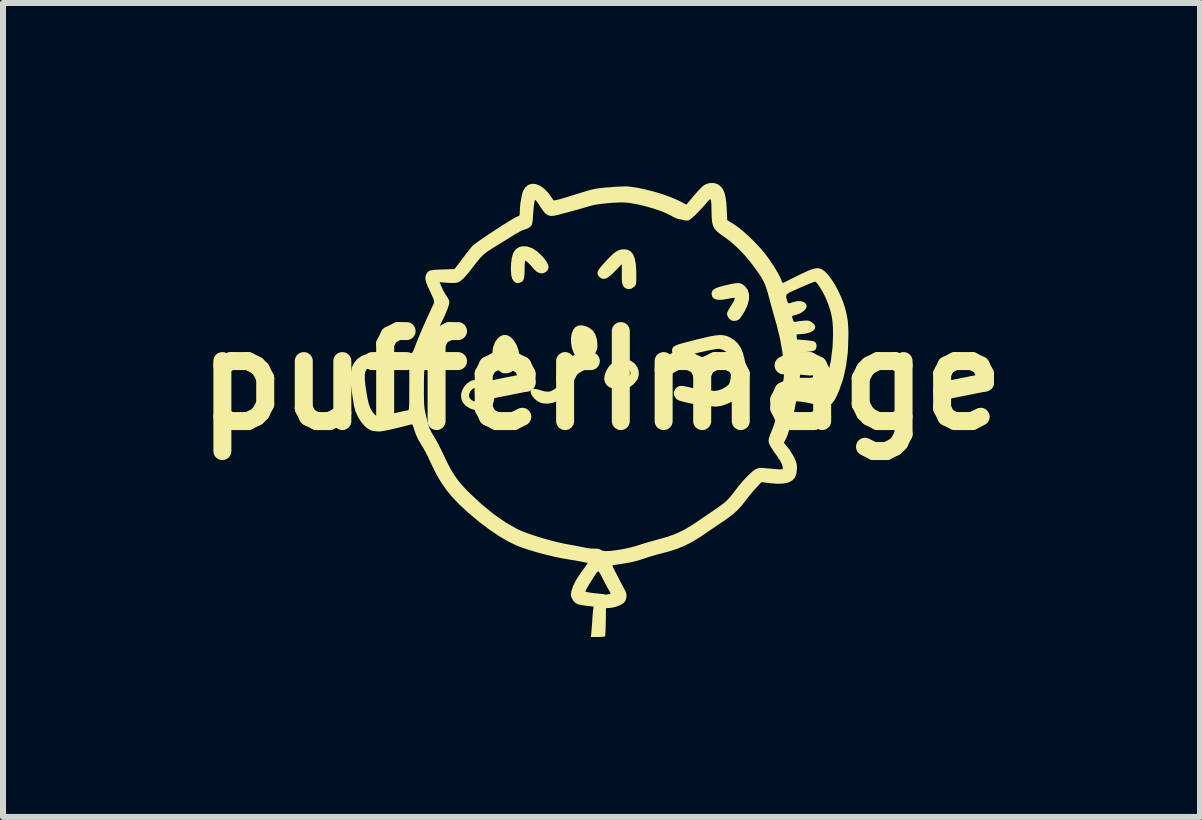
<source format=kicad_pcb>
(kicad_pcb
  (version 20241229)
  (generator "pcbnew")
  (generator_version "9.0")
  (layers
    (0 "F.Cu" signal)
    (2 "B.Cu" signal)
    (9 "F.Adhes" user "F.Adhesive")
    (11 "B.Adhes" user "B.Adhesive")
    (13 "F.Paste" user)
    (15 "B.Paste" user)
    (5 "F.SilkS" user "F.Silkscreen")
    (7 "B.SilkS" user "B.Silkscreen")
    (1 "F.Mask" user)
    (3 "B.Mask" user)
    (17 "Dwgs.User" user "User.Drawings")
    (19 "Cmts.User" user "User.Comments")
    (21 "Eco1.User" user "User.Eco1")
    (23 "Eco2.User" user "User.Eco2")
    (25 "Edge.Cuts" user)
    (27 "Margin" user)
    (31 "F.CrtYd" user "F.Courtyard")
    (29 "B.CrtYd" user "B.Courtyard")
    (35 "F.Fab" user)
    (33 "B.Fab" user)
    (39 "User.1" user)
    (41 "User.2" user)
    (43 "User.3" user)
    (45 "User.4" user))
  (footprint "pufferImage"
    (layer "F.Cu")
    (at 6.979 3.292)
    (property "Reference" "pufferImage" (at 0 0 0) (layer "F.SilkS") (effects (font (size 1.5 1.5) (thickness 0.3))))
    (attr board_only exclude_from_pos_files exclude_from_bom)
    (fp_poly (pts (xy -1.58 -0.755) (xy -1.524 -0.729) (xy -1.472 -0.679) (xy -1.425 -0.607) (xy -1.409 -0.575) (xy -1.382 -0.494) (xy -1.369 -0.409) (xy -1.372 -0.329) (xy -1.39 -0.261) (xy -1.402 -0.239) (xy -1.45 -0.18) (xy -1.509 -0.139) (xy -1.571 -0.118) (xy -1.634 -0.119) (xy -1.674 -0.134) (xy -1.721 -0.173) (xy -1.762 -0.235) (xy -1.795 -0.316) (xy -1.803 -0.342) (xy -1.82 -0.448) (xy -1.81 -0.546) (xy -1.776 -0.636) (xy -1.741 -0.688) (xy -1.691 -0.735) (xy -1.636 -0.758)) (stroke (width 0) (type solid)) (fill yes) (layer "F.SilkS"))
    (fp_poly (pts (xy -0.266 -0.905) (xy -0.207 -0.878) (xy -0.146 -0.83) (xy -0.103 -0.767) (xy -0.078 -0.687) (xy -0.07 -0.619) (xy -0.068 -0.567) (xy -0.073 -0.528) (xy -0.087 -0.489) (xy -0.109 -0.446) (xy -0.141 -0.394) (xy -0.173 -0.357) (xy -0.191 -0.343) (xy -0.25 -0.326) (xy -0.315 -0.329) (xy -0.373 -0.35) (xy -0.373 -0.35) (xy -0.424 -0.395) (xy -0.464 -0.459) (xy -0.492 -0.535) (xy -0.507 -0.617) (xy -0.51 -0.7) (xy -0.498 -0.778) (xy -0.472 -0.844) (xy -0.445 -0.88) (xy -0.396 -0.911) (xy -0.335 -0.919)) (stroke (width 0) (type solid)) (fill yes) (layer "F.SilkS"))
    (fp_poly (pts (xy -0.611 0.088) (xy -0.582 0.114) (xy -0.568 0.159) (xy -0.567 0.177) (xy -0.572 0.214) (xy -0.59 0.246) (xy -0.623 0.278) (xy -0.676 0.313) (xy -0.706 0.33) (xy -0.799 0.37) (xy -0.89 0.388) (xy -0.976 0.384) (xy -1.017 0.373) (xy -1.068 0.346) (xy -1.115 0.308) (xy -1.152 0.264) (xy -1.177 0.221) (xy -1.183 0.183) (xy -1.181 0.176) (xy -1.161 0.15) (xy -1.124 0.141) (xy -1.068 0.149) (xy -1.028 0.161) (xy -0.954 0.182) (xy -0.895 0.189) (xy -0.845 0.18) (xy -0.795 0.154) (xy -0.768 0.135) (xy -0.707 0.098) (xy -0.654 0.083)) (stroke (width 0) (type solid)) (fill yes) (layer "F.SilkS"))
    (fp_poly (pts (xy -1.244 -2.234) (xy -1.159 -2.206) (xy -1.074 -2.151) (xy -0.989 -2.071) (xy -0.967 -2.046) (xy -0.916 -1.979) (xy -0.888 -1.923) (xy -0.883 -1.876) (xy -0.901 -1.835) (xy -0.928 -1.808) (xy -0.977 -1.785) (xy -1.03 -1.787) (xy -1.083 -1.813) (xy -1.134 -1.862) (xy -1.139 -1.868) (xy -1.17 -1.906) (xy -1.205 -1.943) (xy -1.238 -1.974) (xy -1.263 -1.994) (xy -1.272 -1.997) (xy -1.276 -1.985) (xy -1.28 -1.951) (xy -1.282 -1.901) (xy -1.282 -1.856) (xy -1.284 -1.776) (xy -1.29 -1.717) (xy -1.302 -1.677) (xy -1.32 -1.651) (xy -1.345 -1.635) (xy -1.392 -1.621) (xy -1.432 -1.63) (xy -1.461 -1.652) (xy -1.488 -1.692) (xy -1.505 -1.755) (xy -1.511 -1.842) (xy -1.508 -1.949) (xy -1.495 -2.05) (xy -1.469 -2.129) (xy -1.43 -2.186) (xy -1.376 -2.221) (xy -1.327 -2.235)) (stroke (width 0) (type solid)) (fill yes) (layer "F.SilkS"))
    (fp_poly (pts (xy 0.437 -2.178) (xy 0.486 -2.15) (xy 0.525 -2.103) (xy 0.553 -2.035) (xy 0.571 -1.945) (xy 0.579 -1.83) (xy 0.58 -1.768) (xy 0.58 -1.697) (xy 0.579 -1.648) (xy 0.576 -1.615) (xy 0.569 -1.593) (xy 0.56 -1.577) (xy 0.546 -1.562) (xy 0.498 -1.529) (xy 0.446 -1.522) (xy 0.409 -1.532) (xy 0.375 -1.554) (xy 0.353 -1.591) (xy 0.341 -1.645) (xy 0.337 -1.72) (xy 0.338 -1.733) (xy 0.338 -1.792) (xy 0.338 -1.846) (xy 0.338 -1.886) (xy 0.338 -1.889) (xy 0.337 -1.937) (xy 0.238 -1.834) (xy 0.169 -1.766) (xy 0.113 -1.721) (xy 0.065 -1.696) (xy 0.024 -1.692) (xy -0.013 -1.706) (xy -0.04 -1.73) (xy -0.06 -1.757) (xy -0.068 -1.784) (xy -0.063 -1.815) (xy -0.042 -1.853) (xy -0.005 -1.901) (xy 0.051 -1.965) (xy 0.063 -1.978) (xy 0.133 -2.052) (xy 0.192 -2.108) (xy 0.242 -2.146) (xy 0.287 -2.171) (xy 0.331 -2.183) (xy 0.375 -2.186)) (stroke (width 0) (type solid)) (fill yes) (layer "F.SilkS"))
    (fp_poly (pts (xy 2.302 -1.62) (xy 2.334 -1.611) (xy 2.362 -1.593) (xy 2.388 -1.572) (xy 2.435 -1.512) (xy 2.459 -1.44) (xy 2.46 -1.357) (xy 2.438 -1.265) (xy 2.393 -1.165) (xy 2.359 -1.106) (xy 2.331 -1.065) (xy 2.306 -1.032) (xy 2.291 -1.015) (xy 2.25 -0.996) (xy 2.2 -0.991) (xy 2.16 -1.002) (xy 2.122 -1.035) (xy 2.097 -1.082) (xy 2.092 -1.115) (xy 2.099 -1.139) (xy 2.118 -1.178) (xy 2.145 -1.224) (xy 2.153 -1.236) (xy 2.181 -1.28) (xy 2.202 -1.315) (xy 2.213 -1.335) (xy 2.213 -1.338) (xy 2.218 -1.358) (xy 2.221 -1.367) (xy 2.22 -1.375) (xy 2.207 -1.378) (xy 2.177 -1.374) (xy 2.127 -1.364) (xy 2.109 -1.36) (xy 2.013 -1.344) (xy 1.937 -1.343) (xy 1.883 -1.358) (xy 1.85 -1.388) (xy 1.836 -1.434) (xy 1.835 -1.446) (xy 1.841 -1.48) (xy 1.86 -1.508) (xy 1.896 -1.533) (xy 1.952 -1.555) (xy 2.031 -1.577) (xy 2.053 -1.582) (xy 2.143 -1.603) (xy 2.211 -1.616) (xy 2.263 -1.622)) (stroke (width 0) (type solid)) (fill yes) (layer "F.SilkS"))
    (fp_poly (pts (xy -2.086 -0.004) (xy -2.04 0.001) (xy -1.953 0.017) (xy -1.887 0.045) (xy -1.839 0.085) (xy -1.805 0.141) (xy -1.794 0.171) (xy -1.785 0.229) (xy -1.787 0.297) (xy -1.8 0.362) (xy -1.818 0.406) (xy -1.858 0.45) (xy -1.918 0.482) (xy -1.989 0.499) (xy -2.067 0.5) (xy -2.146 0.485) (xy -2.194 0.467) (xy -2.263 0.425) (xy -2.311 0.37) (xy -2.337 0.309) (xy -2.343 0.244) (xy -2.341 0.234) (xy -2.208 0.234) (xy -2.208 0.277) (xy -2.186 0.313) (xy -2.145 0.341) (xy -2.094 0.36) (xy -2.038 0.366) (xy -1.986 0.36) (xy -1.945 0.339) (xy -1.942 0.336) (xy -1.924 0.311) (xy -1.918 0.281) (xy -1.92 0.247) (xy -1.927 0.207) (xy -1.936 0.179) (xy -1.94 0.173) (xy -1.96 0.164) (xy -1.997 0.152) (xy -2.039 0.142) (xy -2.088 0.134) (xy -2.118 0.132) (xy -2.139 0.137) (xy -2.155 0.147) (xy -2.19 0.185) (xy -2.208 0.234) (xy -2.341 0.234) (xy -2.328 0.175) (xy -2.293 0.109) (xy -2.243 0.052) (xy -2.188 0.014) (xy -2.157 0.001) (xy -2.126 -0.005)) (stroke (width 0) (type solid)) (fill yes) (layer "F.SilkS"))
    (fp_poly (pts (xy 0.411 -0.346) (xy 0.462 -0.335) (xy 0.495 -0.323) (xy 0.555 -0.28) (xy 0.596 -0.223) (xy 0.619 -0.156) (xy 0.621 -0.087) (xy 0.6 -0.019) (xy 0.589 -0.000081) (xy 0.531 0.067) (xy 0.46 0.118) (xy 0.382 0.151) (xy 0.31 0.16) (xy 0.269 0.156) (xy 0.218 0.146) (xy 0.196 0.14) (xy 0.135 0.116) (xy 0.093 0.085) (xy 0.061 0.042) (xy 0.058 0.035) (xy 0.045 -0.017) (xy 0.046 -0.032) (xy 0.18 -0.032) (xy 0.196 -0.007) (xy 0.23 0.009) (xy 0.28 0.023) (xy 0.32 0.024) (xy 0.363 0.011) (xy 0.372 0.007) (xy 0.429 -0.026) (xy 0.466 -0.065) (xy 0.483 -0.108) (xy 0.479 -0.148) (xy 0.454 -0.182) (xy 0.409 -0.205) (xy 0.374 -0.212) (xy 0.308 -0.213) (xy 0.259 -0.195) (xy 0.222 -0.156) (xy 0.203 -0.123) (xy 0.182 -0.069) (xy 0.18 -0.032) (xy 0.046 -0.032) (xy 0.051 -0.079) (xy 0.072 -0.144) (xy 0.106 -0.207) (xy 0.149 -0.26) (xy 0.199 -0.299) (xy 0.227 -0.311) (xy 0.262 -0.324) (xy 0.287 -0.337) (xy 0.289 -0.339) (xy 0.316 -0.349) (xy 0.359 -0.351)) (stroke (width 0) (type solid)) (fill yes) (layer "F.SilkS"))
    (fp_poly (pts (xy 2.011 -0.755) (xy 2.057 -0.748) (xy 2.1 -0.735) (xy 2.127 -0.724) (xy 2.204 -0.678) (xy 2.268 -0.62) (xy 2.319 -0.547) (xy 2.358 -0.456) (xy 2.386 -0.345) (xy 2.405 -0.212) (xy 2.41 -0.155) (xy 2.411 -0.026) (xy 2.396 0.084) (xy 2.361 0.178) (xy 2.306 0.256) (xy 2.23 0.321) (xy 2.141 0.372) (xy 2.058 0.406) (xy 1.981 0.429) (xy 1.916 0.437) (xy 1.896 0.437) (xy 1.767 0.424) (xy 1.66 0.411) (xy 1.569 0.399) (xy 1.489 0.385) (xy 1.416 0.369) (xy 1.414 0.369) (xy 1.347 0.352) (xy 1.301 0.338) (xy 1.27 0.325) (xy 1.248 0.308) (xy 1.235 0.295) (xy 1.207 0.244) (xy 1.205 0.193) (xy 1.231 0.143) (xy 1.235 0.138) (xy 1.267 0.108) (xy 1.304 0.093) (xy 1.352 0.092) (xy 1.416 0.104) (xy 1.439 0.109) (xy 1.5 0.123) (xy 1.576 0.137) (xy 1.66 0.15) (xy 1.744 0.162) (xy 1.819 0.17) (xy 1.88 0.175) (xy 1.896 0.175) (xy 1.95 0.166) (xy 2.011 0.143) (xy 2.069 0.111) (xy 2.114 0.075) (xy 2.124 0.063) (xy 2.142 0.023) (xy 2.153 -0.036) (xy 2.158 -0.109) (xy 2.157 -0.19) (xy 2.151 -0.271) (xy 2.139 -0.346) (xy 2.121 -0.409) (xy 2.11 -0.436) (xy 2.073 -0.481) (xy 2.019 -0.512) (xy 1.958 -0.526) (xy 1.95 -0.526) (xy 1.916 -0.523) (xy 1.862 -0.514) (xy 1.792 -0.501) (xy 1.714 -0.484) (xy 1.632 -0.466) (xy 1.552 -0.446) (xy 1.48 -0.427) (xy 1.471 -0.425) (xy 1.413 -0.411) (xy 1.348 -0.4) (xy 1.314 -0.396) (xy 1.266 -0.392) (xy 1.236 -0.395) (xy 1.216 -0.405) (xy 1.203 -0.417) (xy 1.181 -0.454) (xy 1.175 -0.499) (xy 1.185 -0.54) (xy 1.198 -0.557) (xy 1.212 -0.569) (xy 1.231 -0.579) (xy 1.256 -0.59) (xy 1.292 -0.603) (xy 1.342 -0.617) (xy 1.408 -0.635) (xy 1.495 -0.658) (xy 1.592 -0.683) (xy 1.713 -0.712) (xy 1.811 -0.734) (xy 1.891 -0.748) (xy 1.956 -0.755)) (stroke (width 0) (type solid)) (fill yes) (layer "F.SilkS"))
    (fp_poly (pts (xy 1.926 -3.276) (xy 1.949 -3.263) (xy 1.992 -3.228) (xy 2.026 -3.183) (xy 2.051 -3.125) (xy 2.069 -3.05) (xy 2.081 -2.955) (xy 2.088 -2.851) (xy 2.096 -2.672) (xy 2.219 -2.595) (xy 2.289 -2.546) (xy 2.37 -2.479) (xy 2.457 -2.401) (xy 2.545 -2.315) (xy 2.628 -2.227) (xy 2.703 -2.142) (xy 2.742 -2.092) (xy 2.8 -2.013) (xy 2.855 -1.93) (xy 2.906 -1.849) (xy 2.949 -1.776) (xy 2.98 -1.715) (xy 2.993 -1.684) (xy 3.007 -1.648) (xy 3.019 -1.627) (xy 3.023 -1.623) (xy 3.037 -1.63) (xy 3.071 -1.647) (xy 3.122 -1.672) (xy 3.185 -1.704) (xy 3.257 -1.739) (xy 3.266 -1.744) (xy 3.364 -1.791) (xy 3.442 -1.827) (xy 3.504 -1.851) (xy 3.553 -1.865) (xy 3.592 -1.871) (xy 3.627 -1.868) (xy 3.66 -1.857) (xy 3.676 -1.85) (xy 3.724 -1.816) (xy 3.778 -1.76) (xy 3.833 -1.686) (xy 3.889 -1.599) (xy 3.942 -1.502) (xy 3.991 -1.399) (xy 4.032 -1.295) (xy 4.055 -1.224) (xy 4.078 -1.139) (xy 4.094 -1.063) (xy 4.106 -0.988) (xy 4.112 -0.906) (xy 4.116 -0.811) (xy 4.116 -0.726) (xy 4.107 -0.476) (xy 4.078 -0.245) (xy 4.031 -0.032) (xy 3.963 0.165) (xy 3.961 0.169) (xy 3.919 0.266) (xy 3.879 0.338) (xy 3.838 0.388) (xy 3.793 0.418) (xy 3.738 0.431) (xy 3.671 0.427) (xy 3.588 0.41) (xy 3.546 0.399) (xy 3.478 0.382) (xy 3.408 0.368) (xy 3.346 0.358) (xy 3.336 0.357) (xy 3.245 0.348) (xy 3.221 0.472) (xy 3.204 0.553) (xy 3.182 0.642) (xy 3.157 0.732) (xy 3.132 0.817) (xy 3.107 0.893) (xy 3.085 0.952) (xy 3.07 0.982) (xy 3.039 1.039) (xy 3.099 1.11) (xy 3.136 1.159) (xy 3.175 1.22) (xy 3.209 1.279) (xy 3.21 1.281) (xy 3.236 1.338) (xy 3.251 1.383) (xy 3.258 1.426) (xy 3.259 1.47) (xy 3.25 1.553) (xy 3.225 1.619) (xy 3.181 1.668) (xy 3.118 1.702) (xy 3.036 1.72) (xy 2.931 1.724) (xy 2.811 1.714) (xy 2.667 1.696) (xy 2.58 1.789) (xy 2.529 1.847) (xy 2.473 1.913) (xy 2.424 1.975) (xy 2.418 1.984) (xy 2.347 2.075) (xy 2.279 2.151) (xy 2.208 2.218) (xy 2.126 2.282) (xy 2.038 2.344) (xy 1.964 2.394) (xy 1.883 2.449) (xy 1.806 2.501) (xy 1.741 2.546) (xy 1.736 2.55) (xy 1.609 2.634) (xy 1.493 2.703) (xy 1.381 2.759) (xy 1.266 2.806) (xy 1.139 2.848) (xy 1.008 2.883) (xy 0.929 2.903) (xy 0.849 2.926) (xy 0.776 2.948) (xy 0.72 2.967) (xy 0.716 2.968) (xy 0.604 3.005) (xy 0.488 3.033) (xy 0.357 3.056) (xy 0.3 3.065) (xy 0.246 3.072) (xy 0.205 3.08) (xy 0.182 3.087) (xy 0.179 3.089) (xy 0.204 3.141) (xy 0.238 3.207) (xy 0.275 3.278) (xy 0.311 3.349) (xy 0.344 3.411) (xy 0.369 3.458) (xy 0.373 3.465) (xy 0.399 3.514) (xy 0.413 3.55) (xy 0.417 3.583) (xy 0.415 3.614) (xy 0.403 3.664) (xy 0.379 3.701) (xy 0.366 3.714) (xy 0.318 3.745) (xy 0.252 3.771) (xy 0.179 3.789) (xy 0.128 3.795) (xy 0.074 3.797) (xy 0.071 4.026) (xy 0.069 4.102) (xy 0.067 4.169) (xy 0.064 4.222) (xy 0.062 4.256) (xy 0.06 4.266) (xy 0.044 4.272) (xy 0.008 4.276) (xy -0.042 4.278) (xy -0.063 4.278) (xy -0.177 4.278) (xy -0.17 4.207) (xy -0.166 4.16) (xy -0.161 4.097) (xy -0.156 4.031) (xy -0.155 4.015) (xy -0.151 3.952) (xy -0.146 3.89) (xy -0.142 3.842) (xy -0.14 3.832) (xy -0.133 3.771) (xy -0.263 3.757) (xy -0.341 3.746) (xy -0.398 3.731) (xy -0.438 3.708) (xy -0.469 3.676) (xy -0.492 3.637) (xy -0.506 3.603) (xy -0.511 3.572) (xy -0.506 3.532) (xy -0.503 3.519) (xy -0.27 3.519) (xy -0.257 3.525) (xy -0.223 3.533) (xy -0.172 3.541) (xy -0.11 3.548) (xy -0.105 3.549) (xy -0.041 3.556) (xy 0.013 3.562) (xy 0.05 3.567) (xy 0.067 3.571) (xy 0.067 3.571) (xy 0.083 3.573) (xy 0.091 3.57) (xy 0.121 3.564) (xy 0.136 3.563) (xy 0.149 3.561) (xy 0.15 3.551) (xy 0.14 3.527) (xy 0.12 3.493) (xy 0.094 3.447) (xy 0.062 3.388) (xy 0.031 3.327) (xy 0.024 3.314) (xy -0.007 3.252) (xy -0.03 3.211) (xy -0.046 3.189) (xy -0.06 3.185) (xy -0.074 3.197) (xy -0.092 3.221) (xy -0.097 3.229) (xy -0.131 3.28) (xy -0.166 3.336) (xy -0.201 3.393) (xy -0.231 3.444) (xy -0.255 3.486) (xy -0.268 3.513) (xy -0.27 3.519) (xy -0.503 3.519) (xy -0.502 3.512) (xy -0.475 3.43) (xy -0.427 3.334) (xy -0.358 3.226) (xy -0.308 3.157) (xy -0.274 3.111) (xy -0.248 3.074) (xy -0.233 3.051) (xy -0.231 3.044) (xy -0.246 3.04) (xy -0.281 3.033) (xy -0.33 3.023) (xy -0.387 3.012) (xy -0.444 3.002) (xy -0.496 2.994) (xy -0.526 2.989) (xy -0.647 2.969) (xy -0.783 2.941) (xy -0.925 2.907) (xy -1.069 2.869) (xy -1.205 2.828) (xy -1.328 2.787) (xy -1.426 2.749) (xy -1.563 2.682) (xy -1.711 2.595) (xy -1.868 2.489) (xy -2.031 2.366) (xy -2.197 2.228) (xy -2.24 2.19) (xy -2.374 2.066) (xy -2.487 1.947) (xy -2.586 1.828) (xy -2.673 1.702) (xy -2.754 1.564) (xy -2.832 1.407) (xy -2.861 1.345) (xy -2.894 1.275) (xy -2.928 1.206) (xy -2.961 1.146) (xy -2.985 1.105) (xy -3.046 1.004) (xy -3.09 0.914) (xy -3.122 0.826) (xy -3.126 0.81) (xy -3.14 0.765) (xy -3.151 0.741) (xy -3.164 0.733) (xy -3.177 0.735) (xy -3.269 0.76) (xy -3.363 0.783) (xy -3.455 0.805) (xy -3.54 0.824) (xy -3.613 0.839) (xy -3.67 0.849) (xy -3.706 0.852) (xy -3.706 0.852) (xy -3.761 0.849) (xy -3.816 0.841) (xy -3.833 0.837) (xy -3.893 0.808) (xy -3.954 0.757) (xy -4.01 0.69) (xy -4.06 0.609) (xy -4.1 0.521) (xy -4.126 0.43) (xy -4.131 0.403) (xy -4.14 0.34) (xy -4.152 0.264) (xy -4.164 0.193) (xy -4.165 0.187) (xy -4.178 0.075) (xy -4.183 -0.032) (xy -4.18 -0.093) (xy -3.946 -0.093) (xy -3.946 -0.014) (xy -3.936 0.089) (xy -3.927 0.148) (xy -3.91 0.254) (xy -3.894 0.337) (xy -3.877 0.402) (xy -3.859 0.453) (xy -3.839 0.494) (xy -3.815 0.529) (xy -3.793 0.557) (xy -3.773 0.577) (xy -3.75 0.591) (xy -3.722 0.596) (xy -3.683 0.595) (xy -3.631 0.587) (xy -3.562 0.573) (xy -3.471 0.552) (xy -3.443 0.545) (xy -3.373 0.529) (xy -3.311 0.515) (xy -3.263 0.505) (xy -3.233 0.5) (xy -3.227 0.499) (xy -3.221 0.497) (xy -3.216 0.489) (xy -3.212 0.471) (xy -3.209 0.441) (xy -3.207 0.397) (xy -3.206 0.334) (xy -3.206 0.25) (xy -3.205 0.142) (xy -3.205 0.136) (xy -3.205 0.135) (xy -2.961 0.135) (xy -2.961 0.236) (xy -2.96 0.315) (xy -2.958 0.377) (xy -2.955 0.428) (xy -2.95 0.473) (xy -2.942 0.518) (xy -2.931 0.567) (xy -2.924 0.597) (xy -2.903 0.684) (xy -2.884 0.75) (xy -2.865 0.805) (xy -2.842 0.854) (xy -2.813 0.904) (xy -2.785 0.949) (xy -2.759 0.993) (xy -2.725 1.055) (xy -2.688 1.129) (xy -2.649 1.207) (xy -2.628 1.252) (xy -2.568 1.378) (xy -2.512 1.484) (xy -2.456 1.576) (xy -2.397 1.66) (xy -2.331 1.741) (xy -2.253 1.825) (xy -2.195 1.883) (xy -1.993 2.071) (xy -1.794 2.233) (xy -1.598 2.369) (xy -1.405 2.479) (xy -1.405 2.479) (xy -1.329 2.513) (xy -1.232 2.55) (xy -1.12 2.588) (xy -0.999 2.626) (xy -0.873 2.662) (xy -0.75 2.694) (xy -0.634 2.72) (xy -0.567 2.733) (xy -0.488 2.747) (xy -0.412 2.761) (xy -0.346 2.774) (xy -0.297 2.784) (xy -0.283 2.788) (xy -0.225 2.798) (xy -0.16 2.804) (xy -0.128 2.804) (xy -0.067 2.806) (xy -0.026 2.817) (xy -0.013 2.825) (xy 0.013 2.838) (xy 0.048 2.845) (xy 0.096 2.846) (xy 0.161 2.842) (xy 0.246 2.831) (xy 0.31 2.821) (xy 0.395 2.806) (xy 0.485 2.785) (xy 0.569 2.763) (xy 0.614 2.749) (xy 0.677 2.728) (xy 0.757 2.704) (xy 0.845 2.679) (xy 0.934 2.654) (xy 0.965 2.646) (xy 1.111 2.604) (xy 1.241 2.556) (xy 1.364 2.498) (xy 1.489 2.426) (xy 1.586 2.362) (xy 1.65 2.318) (xy 1.727 2.265) (xy 1.808 2.21) (xy 1.883 2.159) (xy 1.889 2.155) (xy 1.97 2.099) (xy 2.034 2.051) (xy 2.086 2.006) (xy 2.132 1.959) (xy 2.178 1.903) (xy 2.23 1.834) (xy 2.234 1.829) (xy 2.288 1.759) (xy 2.348 1.688) (xy 2.41 1.62) (xy 2.47 1.561) (xy 2.523 1.514) (xy 2.565 1.484) (xy 2.57 1.482) (xy 2.605 1.467) (xy 2.64 1.46) (xy 2.685 1.46) (xy 2.719 1.463) (xy 2.817 1.471) (xy 2.891 1.478) (xy 2.945 1.482) (xy 2.982 1.484) (xy 3.005 1.483) (xy 3.017 1.48) (xy 3.022 1.475) (xy 3.023 1.467) (xy 3.023 1.461) (xy 3.013 1.411) (xy 2.982 1.346) (xy 2.931 1.269) (xy 2.926 1.261) (xy 2.888 1.208) (xy 2.849 1.15) (xy 2.822 1.108) (xy 2.8 1.068) (xy 2.788 1.034) (xy 2.785 1) (xy 2.793 0.958) (xy 2.812 0.904) (xy 2.839 0.837) (xy 2.871 0.753) (xy 2.9 0.664) (xy 2.927 0.566) (xy 2.953 0.454) (xy 2.978 0.323) (xy 3.003 0.182) (xy 3.019 0.087) (xy 3.03 0.012) (xy 3.038 -0.047) (xy 3.042 -0.096) (xy 3.044 -0.141) (xy 3.043 -0.187) (xy 3.04 -0.241) (xy 3.037 -0.277) (xy 3.014 -0.482) (xy 2.975 -0.699) (xy 2.921 -0.922) (xy 2.9 -0.994) (xy 2.875 -1.082) (xy 2.847 -1.183) (xy 2.818 -1.286) (xy 2.794 -1.377) (xy 2.793 -1.379) (xy 2.791 -1.386) (xy 3.079 -1.386) (xy 3.09 -1.343) (xy 3.093 -1.334) (xy 3.103 -1.302) (xy 3.115 -1.287) (xy 3.135 -1.286) (xy 3.171 -1.297) (xy 3.185 -1.302) (xy 3.261 -1.321) (xy 3.327 -1.321) (xy 3.379 -1.302) (xy 3.396 -1.289) (xy 3.419 -1.255) (xy 3.419 -1.22) (xy 3.396 -1.182) (xy 3.367 -1.153) (xy 3.306 -1.114) (xy 3.245 -1.094) (xy 3.201 -1.083) (xy 3.18 -1.071) (xy 3.177 -1.058) (xy 3.177 -1.057) (xy 3.187 -1.028) (xy 3.194 -1.003) (xy 3.205 -0.979) (xy 3.226 -0.975) (xy 3.238 -0.977) (xy 3.269 -0.983) (xy 3.317 -0.989) (xy 3.364 -0.994) (xy 3.415 -0.998) (xy 3.449 -0.996) (xy 3.477 -0.986) (xy 3.508 -0.967) (xy 3.509 -0.967) (xy 3.549 -0.93) (xy 3.564 -0.894) (xy 3.555 -0.858) (xy 3.525 -0.826) (xy 3.475 -0.799) (xy 3.406 -0.781) (xy 3.353 -0.774) (xy 3.251 -0.765) (xy 3.255 -0.723) (xy 3.259 -0.682) (xy 3.388 -0.672) (xy 3.447 -0.666) (xy 3.499 -0.659) (xy 3.536 -0.652) (xy 3.546 -0.649) (xy 3.575 -0.623) (xy 3.587 -0.583) (xy 3.58 -0.539) (xy 3.575 -0.527) (xy 3.565 -0.512) (xy 3.552 -0.501) (xy 3.53 -0.492) (xy 3.496 -0.484) (xy 3.445 -0.477) (xy 3.373 -0.467) (xy 3.357 -0.465) (xy 3.318 -0.459) (xy 3.3 -0.45) (xy 3.294 -0.432) (xy 3.293 -0.421) (xy 3.296 -0.371) (xy 3.308 -0.341) (xy 3.333 -0.328) (xy 3.378 -0.324) (xy 3.388 -0.324) (xy 3.438 -0.322) (xy 3.481 -0.316) (xy 3.501 -0.311) (xy 3.551 -0.281) (xy 3.582 -0.238) (xy 3.591 -0.19) (xy 3.577 -0.142) (xy 3.555 -0.112) (xy 3.536 -0.095) (xy 3.517 -0.085) (xy 3.491 -0.082) (xy 3.45 -0.083) (xy 3.415 -0.086) (xy 3.31 -0.095) (xy 3.302 0.001) (xy 3.298 0.049) (xy 3.297 0.087) (xy 3.299 0.107) (xy 3.299 0.107) (xy 3.315 0.113) (xy 3.35 0.12) (xy 3.398 0.126) (xy 3.404 0.126) (xy 3.465 0.133) (xy 3.527 0.144) (xy 3.57 0.154) (xy 3.612 0.164) (xy 3.646 0.17) (xy 3.657 0.17) (xy 3.673 0.158) (xy 3.692 0.127) (xy 3.707 0.094) (xy 3.776 -0.113) (xy 3.825 -0.334) (xy 3.853 -0.567) (xy 3.86 -0.763) (xy 3.858 -0.88) (xy 3.851 -0.979) (xy 3.838 -1.068) (xy 3.817 -1.156) (xy 3.787 -1.251) (xy 3.772 -1.293) (xy 3.748 -1.352) (xy 3.718 -1.416) (xy 3.684 -1.48) (xy 3.649 -1.54) (xy 3.616 -1.59) (xy 3.587 -1.627) (xy 3.566 -1.645) (xy 3.562 -1.647) (xy 3.543 -1.641) (xy 3.505 -1.627) (xy 3.451 -1.605) (xy 3.385 -1.577) (xy 3.312 -1.546) (xy 3.236 -1.512) (xy 3.182 -1.488) (xy 3.127 -1.462) (xy 3.094 -1.44) (xy 3.079 -1.417) (xy 3.079 -1.386) (xy 2.791 -1.386) (xy 2.768 -1.473) (xy 2.745 -1.546) (xy 2.722 -1.607) (xy 2.696 -1.662) (xy 2.665 -1.717) (xy 2.624 -1.78) (xy 2.618 -1.789) (xy 2.507 -1.941) (xy 2.39 -2.083) (xy 2.268 -2.21) (xy 2.147 -2.318) (xy 2.052 -2.388) (xy 1.978 -2.44) (xy 1.923 -2.485) (xy 1.885 -2.53) (xy 1.859 -2.579) (xy 1.844 -2.639) (xy 1.837 -2.714) (xy 1.834 -2.81) (xy 1.834 -2.814) (xy 1.833 -2.88) (xy 1.831 -2.938) (xy 1.827 -2.983) (xy 1.824 -3.005) (xy 1.818 -3.018) (xy 1.808 -3.019) (xy 1.791 -3.005) (xy 1.762 -2.973) (xy 1.75 -2.958) (xy 1.682 -2.881) (xy 1.617 -2.812) (xy 1.558 -2.752) (xy 1.507 -2.707) (xy 1.468 -2.677) (xy 1.446 -2.666) (xy 1.404 -2.665) (xy 1.371 -2.672) (xy 1.331 -2.682) (xy 1.299 -2.686) (xy 1.272 -2.692) (xy 1.229 -2.71) (xy 1.179 -2.735) (xy 1.162 -2.745) (xy 1.079 -2.786) (xy 0.976 -2.828) (xy 0.859 -2.867) (xy 0.734 -2.903) (xy 0.608 -2.933) (xy 0.488 -2.955) (xy 0.432 -2.962) (xy 0.366 -2.966) (xy 0.282 -2.966) (xy 0.186 -2.961) (xy 0.087 -2.953) (xy -0.01 -2.942) (xy -0.096 -2.93) (xy -0.165 -2.915) (xy -0.183 -2.91) (xy -0.247 -2.891) (xy -0.33 -2.867) (xy -0.426 -2.84) (xy -0.528 -2.812) (xy -0.631 -2.785) (xy -0.726 -2.759) (xy -0.729 -2.759) (xy -0.794 -2.744) (xy -0.847 -2.742) (xy -0.891 -2.752) (xy -0.931 -2.779) (xy -0.972 -2.825) (xy -1.018 -2.891) (xy -1.04 -2.925) (xy -1.067 -2.966) (xy -1.09 -2.996) (xy -1.104 -3.009) (xy -1.105 -3.01) (xy -1.113 -2.999) (xy -1.12 -2.967) (xy -1.128 -2.911) (xy -1.135 -2.83) (xy -1.143 -2.733) (xy -1.147 -2.67) (xy -1.153 -2.628) (xy -1.161 -2.599) (xy -1.173 -2.579) (xy -1.188 -2.562) (xy -1.228 -2.534) (xy -1.276 -2.517) (xy -1.277 -2.516) (xy -1.31 -2.505) (xy -1.359 -2.483) (xy -1.415 -2.452) (xy -1.451 -2.43) (xy -1.509 -2.394) (xy -1.582 -2.348) (xy -1.661 -2.3) (xy -1.736 -2.254) (xy -1.747 -2.247) (xy -1.828 -2.197) (xy -1.892 -2.155) (xy -1.943 -2.117) (xy -1.987 -2.079) (xy -2.029 -2.034) (xy -2.074 -1.98) (xy -2.128 -1.91) (xy -2.133 -1.903) (xy -2.203 -1.813) (xy -2.262 -1.743) (xy -2.311 -1.691) (xy -2.353 -1.656) (xy -2.389 -1.635) (xy -2.395 -1.633) (xy -2.438 -1.625) (xy -2.505 -1.624) (xy -2.567 -1.627) (xy -2.699 -1.637) (xy -2.678 -1.584) (xy -2.642 -1.504) (xy -2.601 -1.432) (xy -2.569 -1.386) (xy -2.544 -1.339) (xy -2.537 -1.303) (xy -2.544 -1.263) (xy -2.563 -1.204) (xy -2.593 -1.128) (xy -2.633 -1.039) (xy -2.676 -0.951) (xy -2.712 -0.875) (xy -2.751 -0.786) (xy -2.792 -0.687) (xy -2.832 -0.587) (xy -2.869 -0.49) (xy -2.9 -0.402) (xy -2.923 -0.329) (xy -2.932 -0.292) (xy -2.942 -0.247) (xy -2.949 -0.203) (xy -2.955 -0.156) (xy -2.958 -0.1) (xy -2.96 -0.031) (xy -2.961 0.057) (xy -2.961 0.135) (xy -3.205 0.135) (xy -3.205 -0.227) (xy -3.39 -0.236) (xy -3.517 -0.24) (xy -3.631 -0.239) (xy -3.731 -0.233) (xy -3.814 -0.221) (xy -3.876 -0.206) (xy -3.915 -0.186) (xy -3.918 -0.183) (xy -3.937 -0.149) (xy -3.946 -0.093) (xy -4.18 -0.093) (xy -4.178 -0.128) (xy -4.165 -0.207) (xy -4.163 -0.215) (xy -4.127 -0.29) (xy -4.072 -0.356) (xy -4.002 -0.405) (xy -3.96 -0.423) (xy -3.868 -0.447) (xy -3.756 -0.461) (xy -3.628 -0.466) (xy -3.489 -0.462) (xy -3.435 -0.459) (xy -3.362 -0.453) (xy -3.295 -0.449) (xy -3.24 -0.447) (xy -3.204 -0.447) (xy -3.199 -0.447) (xy -3.17 -0.453) (xy -3.152 -0.466) (xy -3.137 -0.495) (xy -3.127 -0.52) (xy -3.099 -0.593) (xy -3.063 -0.684) (xy -3.021 -0.785) (xy -2.977 -0.888) (xy -2.933 -0.987) (xy -2.893 -1.075) (xy -2.878 -1.107) (xy -2.849 -1.168) (xy -2.824 -1.224) (xy -2.804 -1.266) (xy -2.793 -1.291) (xy -2.793 -1.292) (xy -2.79 -1.311) (xy -2.796 -1.339) (xy -2.811 -1.38) (xy -2.838 -1.438) (xy -2.854 -1.473) (xy -2.894 -1.558) (xy -2.92 -1.624) (xy -2.934 -1.675) (xy -2.937 -1.716) (xy -2.931 -1.749) (xy -2.924 -1.764) (xy -2.908 -1.793) (xy -2.891 -1.813) (xy -2.868 -1.827) (xy -2.834 -1.837) (xy -2.786 -1.843) (xy -2.719 -1.847) (xy -2.654 -1.849) (xy -2.451 -1.856) (xy -2.319 -2.03) (xy -2.272 -2.092) (xy -2.227 -2.15) (xy -2.188 -2.198) (xy -2.16 -2.233) (xy -2.15 -2.244) (xy -2.126 -2.264) (xy -2.083 -2.296) (xy -2.026 -2.337) (xy -1.956 -2.385) (xy -1.879 -2.437) (xy -1.797 -2.491) (xy -1.714 -2.545) (xy -1.634 -2.597) (xy -1.56 -2.643) (xy -1.495 -2.682) (xy -1.444 -2.712) (xy -1.41 -2.73) (xy -1.4 -2.733) (xy -1.377 -2.742) (xy -1.367 -2.757) (xy -1.363 -2.788) (xy -1.363 -2.807) (xy -1.36 -2.877) (xy -1.352 -2.956) (xy -1.339 -3.034) (xy -1.325 -3.104) (xy -1.309 -3.155) (xy -1.307 -3.158) (xy -1.269 -3.22) (xy -1.22 -3.26) (xy -1.162 -3.278) (xy -1.097 -3.273) (xy -1.029 -3.247) (xy -0.96 -3.2) (xy -0.893 -3.132) (xy -0.871 -3.103) (xy -0.841 -3.062) (xy -0.819 -3.029) (xy -0.808 -3.01) (xy -0.807 -3.009) (xy -0.801 -3.003) (xy -0.786 -3.002) (xy -0.761 -3.005) (xy -0.721 -3.014) (xy -0.666 -3.03) (xy -0.592 -3.051) (xy -0.497 -3.081) (xy -0.392 -3.113) (xy -0.3 -3.142) (xy -0.227 -3.164) (xy -0.167 -3.18) (xy -0.114 -3.192) (xy -0.062 -3.201) (xy -0.003 -3.208) (xy 0.067 -3.215) (xy 0.134 -3.22) (xy 0.219 -3.227) (xy 0.301 -3.231) (xy 0.372 -3.234) (xy 0.428 -3.234) (xy 0.459 -3.232) (xy 0.591 -3.213) (xy 0.733 -3.183) (xy 0.877 -3.146) (xy 1.018 -3.104) (xy 1.149 -3.057) (xy 1.261 -3.009) (xy 1.298 -2.991) (xy 1.415 -2.93) (xy 1.541 -3.081) (xy 1.595 -3.143) (xy 1.645 -3.196) (xy 1.688 -3.237) (xy 1.719 -3.261) (xy 1.721 -3.262) (xy 1.789 -3.288) (xy 1.86 -3.292)) (stroke (width 0) (type solid)) (fill yes) (layer "F.SilkS")))
  (gr_rect
    (start -3 -3)
    (end 16.957 10.571)
    (stroke (width 0.1) (type default))
    (fill no)
    (layer "Edge.Cuts")))
</source>
